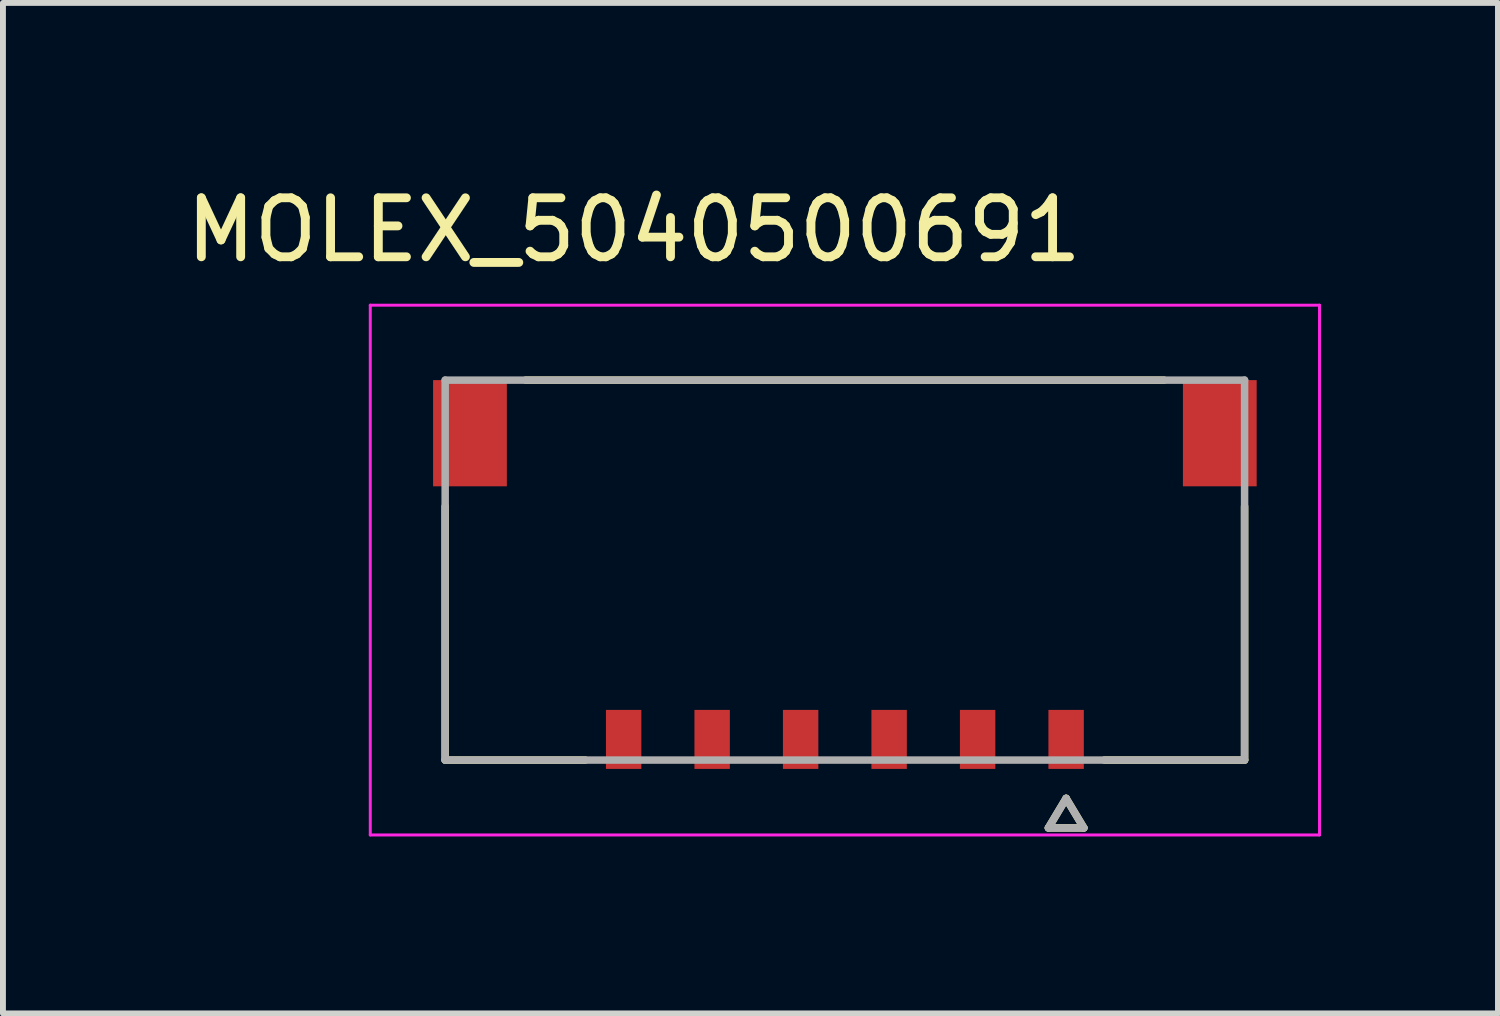
<source format=kicad_pcb>
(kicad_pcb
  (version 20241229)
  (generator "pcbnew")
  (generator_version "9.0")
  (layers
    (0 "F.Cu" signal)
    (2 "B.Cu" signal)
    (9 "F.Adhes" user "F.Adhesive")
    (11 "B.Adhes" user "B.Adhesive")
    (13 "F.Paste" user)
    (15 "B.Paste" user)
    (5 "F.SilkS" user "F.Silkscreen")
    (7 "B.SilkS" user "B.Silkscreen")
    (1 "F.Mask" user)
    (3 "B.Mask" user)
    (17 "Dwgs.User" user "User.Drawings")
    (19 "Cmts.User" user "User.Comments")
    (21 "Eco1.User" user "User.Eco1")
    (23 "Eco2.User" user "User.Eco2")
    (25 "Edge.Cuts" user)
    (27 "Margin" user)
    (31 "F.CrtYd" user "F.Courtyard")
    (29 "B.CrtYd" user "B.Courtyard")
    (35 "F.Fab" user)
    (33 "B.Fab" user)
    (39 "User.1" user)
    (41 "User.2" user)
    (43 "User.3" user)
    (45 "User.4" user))
  (footprint "MOLEX_5040500691"
    (layer "F.Cu")
    (at 11.271 6.613)
    (property "Reference" "MOLEX_5040500691" (at -3.575 -5.765 0) (layer "F.SilkS") (effects (font (size 1 1) (thickness 0.15))))
    (attr smd)
    (fp_poly (pts (xy -7.056 -3.296) (xy -5.654 -3.296) (xy -5.654 -1.344) (xy -7.056 -1.344)) (stroke (width 0.01) (type solid)) (fill yes) (layer "F.Mask"))
    (fp_poly (pts (xy -4.126 2.294) (xy -3.374 2.294) (xy -3.374 3.446) (xy -4.126 3.446)) (stroke (width 0.01) (type solid)) (fill yes) (layer "F.Mask"))
    (fp_poly (pts (xy -2.626 2.294) (xy -1.874 2.294) (xy -1.874 3.446) (xy -2.626 3.446)) (stroke (width 0.01) (type solid)) (fill yes) (layer "F.Mask"))
    (fp_poly (pts (xy -1.126 2.294) (xy -0.374 2.294) (xy -0.374 3.446) (xy -1.126 3.446)) (stroke (width 0.01) (type solid)) (fill yes) (layer "F.Mask"))
    (fp_poly (pts (xy 0.374 2.294) (xy 1.126 2.294) (xy 1.126 3.446) (xy 0.374 3.446)) (stroke (width 0.01) (type solid)) (fill yes) (layer "F.Mask"))
    (fp_poly (pts (xy 1.874 2.294) (xy 2.626 2.294) (xy 2.626 3.446) (xy 1.874 3.446)) (stroke (width 0.01) (type solid)) (fill yes) (layer "F.Mask"))
    (fp_poly (pts (xy 3.374 2.294) (xy 4.126 2.294) (xy 4.126 3.446) (xy 3.374 3.446)) (stroke (width 0.01) (type solid)) (fill yes) (layer "F.Mask"))
    (fp_poly (pts (xy 5.654 -3.296) (xy 7.056 -3.296) (xy 7.056 -1.344) (xy 5.654 -1.344)) (stroke (width 0.01) (type solid)) (fill yes) (layer "F.Mask"))
    (fp_line (start -6.775 3.22) (end -6.775 -1.08) (stroke (width 0.127) (type solid)) (layer "F.SilkS"))
    (fp_line (start -4.4 3.22) (end -6.775 3.22) (stroke (width 0.127) (type solid)) (layer "F.SilkS"))
    (fp_line (start 3.45 4.37) (end 3.75 3.87) (stroke (width 0.127) (type solid)) (layer "F.SilkS"))
    (fp_line (start 3.75 3.87) (end 4.05 4.37) (stroke (width 0.127) (type solid)) (layer "F.SilkS"))
    (fp_line (start 4.05 4.37) (end 3.45 4.37) (stroke (width 0.127) (type solid)) (layer "F.SilkS"))
    (fp_line (start 5.41 -3.22) (end -5.41 -3.22) (stroke (width 0.127) (type solid)) (layer "F.SilkS"))
    (fp_line (start 6.775 -1.08) (end 6.775 3.22) (stroke (width 0.127) (type solid)) (layer "F.SilkS"))
    (fp_line (start 6.775 3.22) (end 4.4 3.22) (stroke (width 0.127) (type solid)) (layer "F.SilkS"))
    (fp_line (start -8.045 -4.49) (end 8.045 -4.49) (stroke (width 0.05) (type solid)) (layer "F.CrtYd"))
    (fp_line (start -8.045 4.49) (end -8.045 -4.49) (stroke (width 0.05) (type solid)) (layer "F.CrtYd"))
    (fp_line (start -8.045 4.49) (end 8.045 4.49) (stroke (width 0.05) (type solid)) (layer "F.CrtYd"))
    (fp_line (start 8.045 -4.49) (end 8.045 4.49) (stroke (width 0.05) (type solid)) (layer "F.CrtYd"))
    (fp_line (start -6.775 -3.22) (end 6.775 -3.22) (stroke (width 0.127) (type solid)) (layer "F.Fab"))
    (fp_line (start -6.775 3.22) (end -6.775 -3.22) (stroke (width 0.127) (type solid)) (layer "F.Fab"))
    (fp_line (start 3.45 4.37) (end 3.75 3.87) (stroke (width 0.127) (type solid)) (layer "F.Fab"))
    (fp_line (start 3.75 3.87) (end 4.05 4.37) (stroke (width 0.127) (type solid)) (layer "F.Fab"))
    (fp_line (start 4.05 4.37) (end 3.45 4.37) (stroke (width 0.127) (type solid)) (layer "F.Fab"))
    (fp_line (start 6.775 -3.22) (end 6.775 3.22) (stroke (width 0.127) (type solid)) (layer "F.Fab"))
    (fp_line (start 6.775 3.22) (end -6.775 3.22) (stroke (width 0.127) (type solid)) (layer "F.Fab"))
    (pad "1" smd rect (at 3.75 2.87) (size 0.6 1) (layers "F.Cu" "F.Paste"))
    (pad "2" smd rect (at 2.25 2.87) (size 0.6 1) (layers "F.Cu" "F.Paste"))
    (pad "3" smd rect (at 0.75 2.87) (size 0.6 1) (layers "F.Cu" "F.Paste"))
    (pad "4" smd rect (at -0.75 2.87) (size 0.6 1) (layers "F.Cu" "F.Paste"))
    (pad "5" smd rect (at -2.25 2.87) (size 0.6 1) (layers "F.Cu" "F.Paste"))
    (pad "6" smd rect (at -3.75 2.87) (size 0.6 1) (layers "F.Cu" "F.Paste"))
    (pad "S1" smd rect (at 6.355 -2.32) (size 1.25 1.8) (layers "F.Cu" "F.Paste"))
    (pad "S2" smd rect (at -6.355 -2.32) (size 1.25 1.8) (layers "F.Cu" "F.Paste")))
  (gr_rect
    (start -3 -3)
    (end 22.341 14.128)
    (stroke (width 0.1) (type default))
    (fill no)
    (layer "Edge.Cuts")))
</source>
